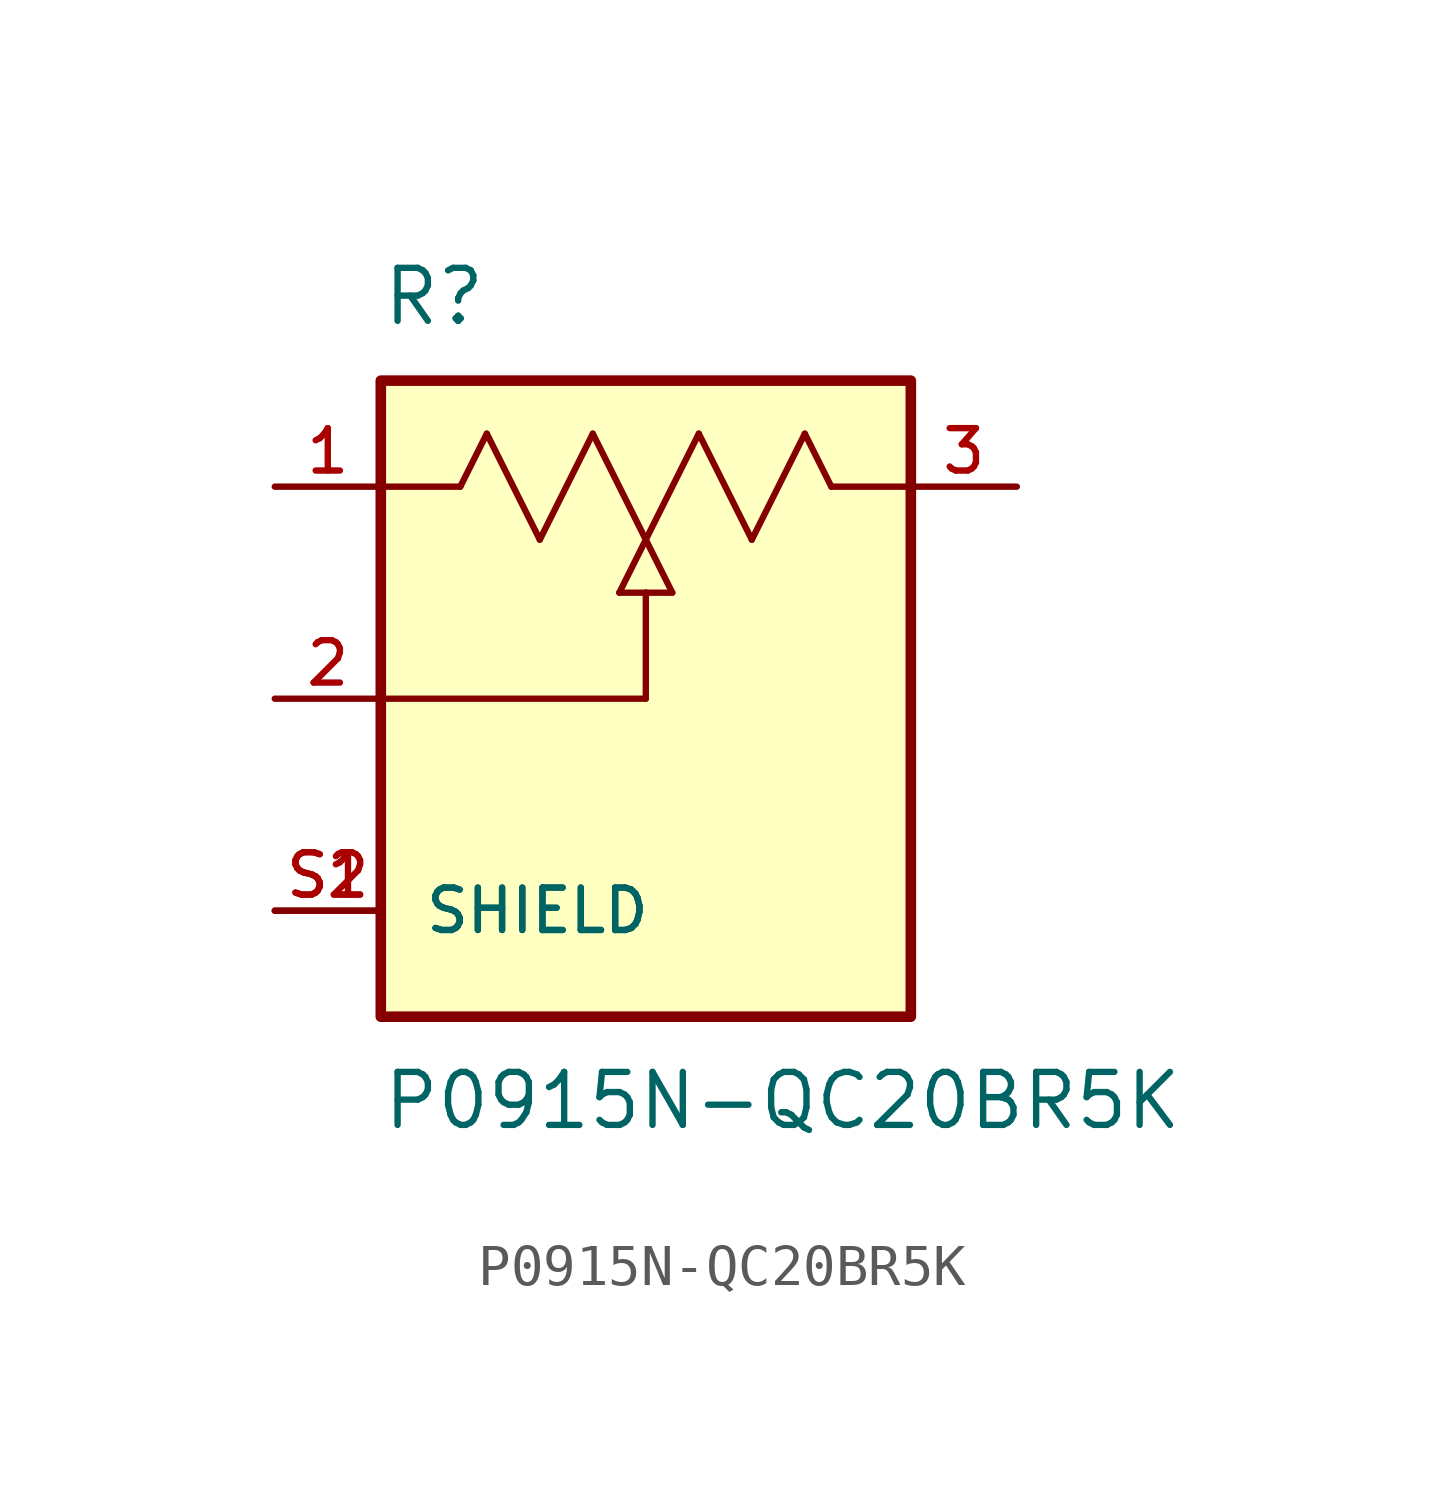
<source format=kicad_sym>
(kicad_symbol_lib
  (version 20211014)
  (generator kicad_symbol_editor)
  (symbol "P0915N-QC20BR5K"
    (pin_names
      (offset 1.016))
    (property "Reference" "R"
      (at -5.08 8.89 0)
      (effects (font (size 1.27 1.27)) (justify bottom left)))
    (property "Value" "P0915N-QC20BR5K"
      (at -5.08 -8.89 0)
      (effects (font (size 1.27 1.27)) (justify top left)))
    (symbol "P0915N-QC20BR5K_0_0"
      (polyline (pts (xy -5.08 0.0) (xy 1.27 0.0)) (stroke (width 0.152)))
      (polyline (pts (xy 1.27 0.0) (xy 1.27 2.54)) (stroke (width 0.152)))
      (polyline (pts (xy -3.175 5.08) (xy -2.54 6.35)) (stroke (width 0.152)))
      (polyline (pts (xy -2.54 6.35) (xy -1.27 3.81)) (stroke (width 0.152)))
      (polyline (pts (xy -1.27 3.81) (xy 0.0 6.35)) (stroke (width 0.152)))
      (polyline (pts (xy 0.0 6.35) (xy 1.27 3.81)) (stroke (width 0.152)))
      (polyline (pts (xy 1.27 3.81) (xy 2.54 6.35)) (stroke (width 0.152)))
      (polyline (pts (xy 2.54 6.35) (xy 3.81 3.81)) (stroke (width 0.152)))
      (polyline (pts (xy 3.81 3.81) (xy 5.08 6.35)) (stroke (width 0.152)))
      (polyline (pts (xy 5.08 6.35) (xy 5.715 5.08)) (stroke (width 0.152)))
      (polyline (pts (xy 5.715 5.08) (xy 7.62 5.08)) (stroke (width 0.152)))
      (polyline (pts (xy -3.175 5.08) (xy -5.08 5.08)) (stroke (width 0.152)))
      (polyline (pts (xy 1.27 2.54) (xy 0.635 2.54)) (stroke (width 0.152)))
      (polyline (pts (xy 0.635 2.54) (xy 1.27 3.81)) (stroke (width 0.152)))
      (polyline (pts (xy 1.27 3.81) (xy 1.905 2.54)) (stroke (width 0.152)))
      (polyline (pts (xy 1.905 2.54) (xy 1.27 2.54)) (stroke (width 0.152)))
      (rectangle (start -5.08 -7.62) (end 7.62 7.62) (stroke (width 0.254)) (fill (type background)))
      (pin passive line (at -7.62 5.08 0) (length 2.54) (name "~" (effects (font (size 1.016 1.016)))) (number "1" (effects (font (size 1.016 1.016)))))
      (pin passive line (at 10.16 5.08 180.0) (length 2.54) (name "~" (effects (font (size 1.016 1.016)))) (number "3" (effects (font (size 1.016 1.016)))))
      (pin passive line (at -7.62 0.0 0) (length 2.54) (name "~" (effects (font (size 1.016 1.016)))) (number "2" (effects (font (size 1.016 1.016)))))
      (pin passive line (at -7.62 -5.08 0) (length 2.54) (name "SHIELD" (effects (font (size 1.016 1.016)))) (number "S1" (effects (font (size 1.016 1.016)))))
      (pin passive line (at -7.62 -5.08 0) (length 2.54) (name "SHIELD" (effects (font (size 1.016 1.016)))) (number "S2" (effects (font (size 1.016 1.016))))))))
</source>
